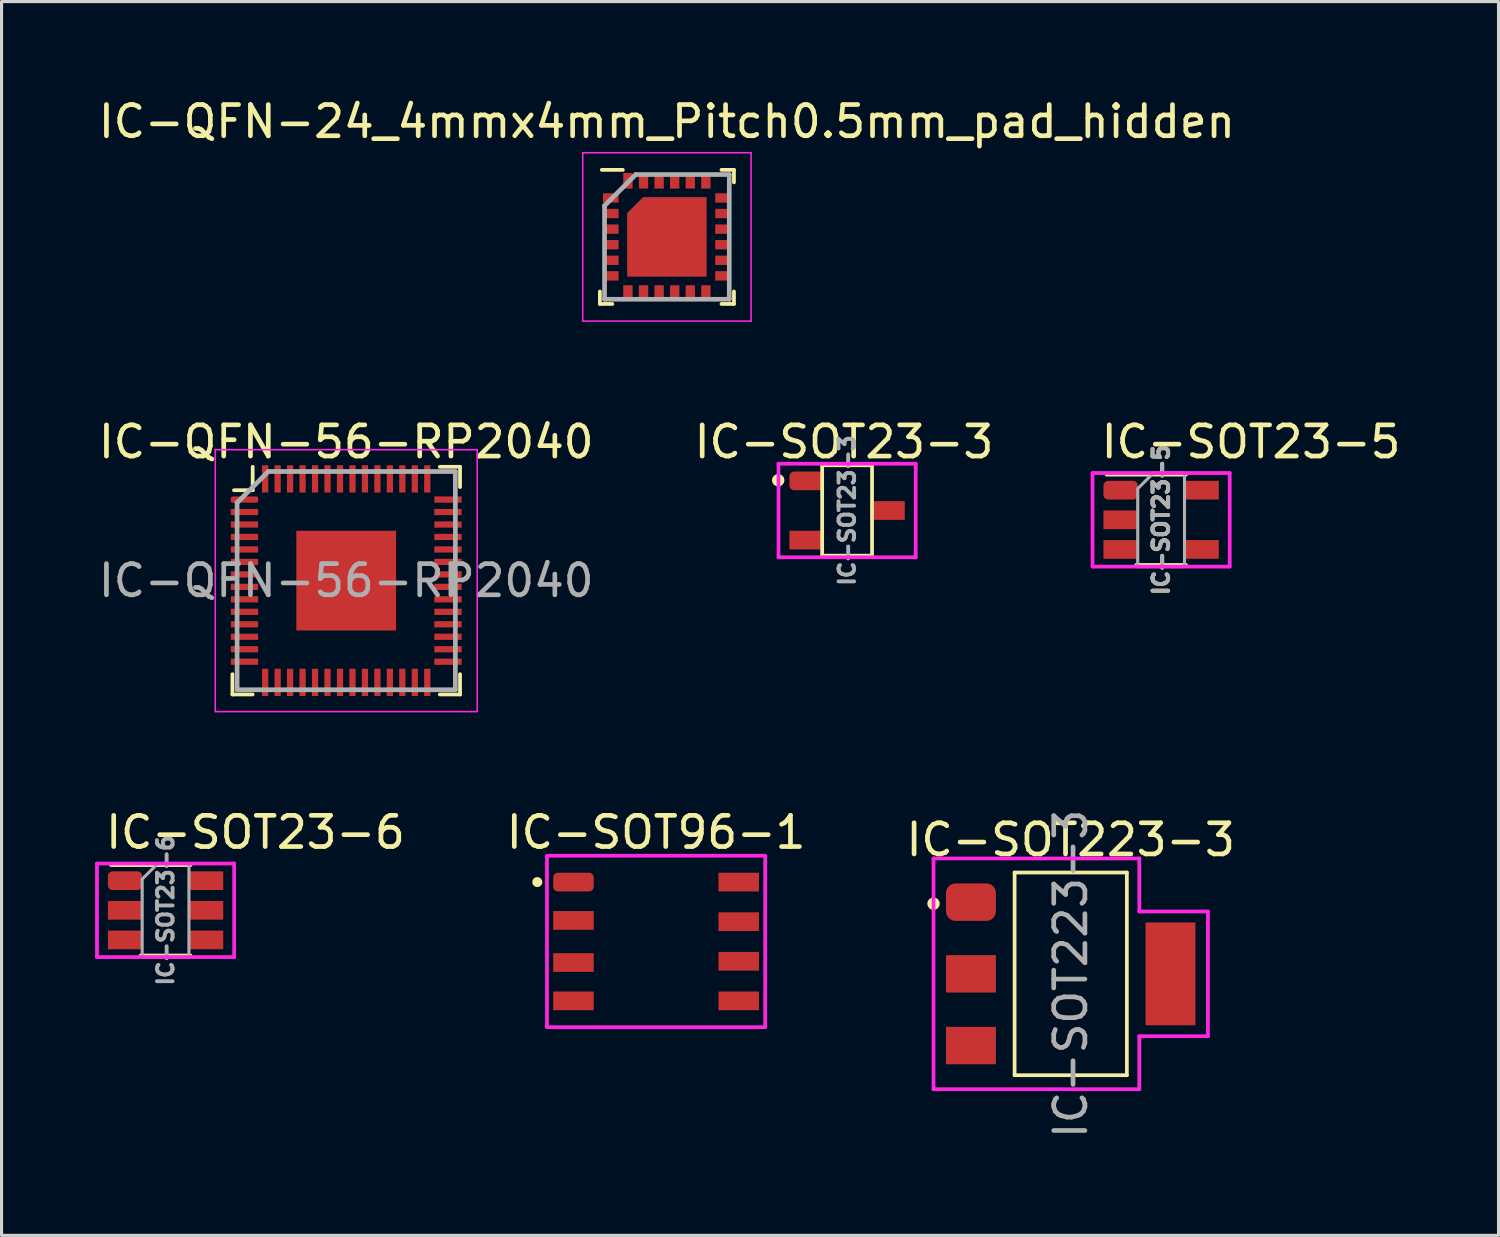
<source format=kicad_pcb>
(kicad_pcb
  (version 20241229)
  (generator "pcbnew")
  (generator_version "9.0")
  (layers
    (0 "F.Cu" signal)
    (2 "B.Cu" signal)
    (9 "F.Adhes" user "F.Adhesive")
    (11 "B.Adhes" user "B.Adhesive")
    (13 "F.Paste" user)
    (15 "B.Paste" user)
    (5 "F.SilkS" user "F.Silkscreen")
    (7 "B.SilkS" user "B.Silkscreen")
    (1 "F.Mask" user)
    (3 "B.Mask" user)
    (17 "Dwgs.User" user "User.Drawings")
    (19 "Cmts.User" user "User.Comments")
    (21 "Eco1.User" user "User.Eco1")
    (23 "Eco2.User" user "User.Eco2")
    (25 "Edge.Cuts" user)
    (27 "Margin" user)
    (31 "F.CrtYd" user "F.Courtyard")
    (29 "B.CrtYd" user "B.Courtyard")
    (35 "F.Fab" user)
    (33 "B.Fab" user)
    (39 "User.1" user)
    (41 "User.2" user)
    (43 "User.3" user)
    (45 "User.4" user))
  (footprint "IC-SOT23-3"
    (layer "F.Cu")
    (at 24.018 13.322)
    (property "Reference" "IC-SOT23-3" (at 0 -2.2 180) (layer "F.SilkS") (effects (font (size 1 1) (thickness 0.15))))
    (attr smd)
    (fp_line (start -0.7 -1.45) (end 0.9 -1.45) (stroke (width 0.12) (type solid)) (layer "F.SilkS"))
    (fp_line (start -0.7 1.45) (end -0.7 -1.45) (stroke (width 0.12) (type solid)) (layer "F.SilkS"))
    (fp_line (start 0.9 -1.45) (end 0.9 1.45) (stroke (width 0.12) (type solid)) (layer "F.SilkS"))
    (fp_line (start 0.9 1.45) (end -0.7 1.45) (stroke (width 0.12) (type solid)) (layer "F.SilkS"))
    (fp_circle (center -2.11 -0.97) (end -2.11 -0.87) (stroke (width 0.2) (type solid)) (fill no) (layer "F.SilkS"))
    (fp_line (start -2.1 -1.5) (end 2.3 -1.5) (stroke (width 0.12) (type solid)) (layer "F.CrtYd"))
    (fp_line (start -2.1 1.5) (end -2.1 -1.5) (stroke (width 0.12) (type solid)) (layer "F.CrtYd"))
    (fp_line (start 2.3 -1.5) (end 2.3 1.5) (stroke (width 0.12) (type solid)) (layer "F.CrtYd"))
    (fp_line (start 2.3 1.5) (end -2.1 1.5) (stroke (width 0.12) (type solid)) (layer "F.CrtYd"))
    (fp_text user "${REFERENCE}" (at 0.1 0 270) (layer "F.Fab") (effects (font (size 0.5 0.5) (thickness 0.125))))
    (pad "1" smd roundrect (at -1.2 -0.95 180) (size 1.1 0.6) (layers "F.Cu" "F.Mask" "F.Paste") (roundrect_rratio 0.25))
    (pad "2" smd rect (at -1.2 0.95 180) (size 1.1 0.6) (layers "F.Cu" "F.Mask" "F.Paste"))
    (pad "3" smd rect (at 1.4 0 180) (size 1.1 0.6) (layers "F.Cu" "F.Mask" "F.Paste")))
  (footprint "IC-SOT223-3"
    (layer "F.Cu")
    (at 31.31 28.183)
    (property "Reference" "IC-SOT223-3" (at -0.02 -4.3 0) (layer "F.SilkS") (effects (font (size 1 1) (thickness 0.15))))
    (attr through_hole)
    (fp_line (start -1.82 -3.25) (end 1.78 -3.25) (stroke (width 0.12) (type solid)) (layer "F.SilkS"))
    (fp_line (start -1.82 3.25) (end -1.82 -3.25) (stroke (width 0.12) (type solid)) (layer "F.SilkS"))
    (fp_line (start 1.78 -3.25) (end 1.78 3.25) (stroke (width 0.12) (type solid)) (layer "F.SilkS"))
    (fp_line (start 1.78 3.25) (end -1.82 3.25) (stroke (width 0.12) (type solid)) (layer "F.SilkS"))
    (fp_circle (center -4.42 -2.25) (end -4.42 -2.15) (stroke (width 0.2) (type solid)) (fill no) (layer "F.SilkS"))
    (fp_line (start -4.42 -3.7) (end 2.18 -3.7) (stroke (width 0.12) (type solid)) (layer "F.CrtYd"))
    (fp_line (start -4.42 3.7) (end -4.42 -3.7) (stroke (width 0.12) (type solid)) (layer "F.CrtYd"))
    (fp_line (start 2.18 -3.7) (end 2.18 -2) (stroke (width 0.12) (type solid)) (layer "F.CrtYd"))
    (fp_line (start 2.18 -2) (end 4.38 -2) (stroke (width 0.12) (type solid)) (layer "F.CrtYd"))
    (fp_line (start 2.18 2) (end 2.18 3.7) (stroke (width 0.12) (type solid)) (layer "F.CrtYd"))
    (fp_line (start 2.18 3.7) (end -4.42 3.7) (stroke (width 0.12) (type solid)) (layer "F.CrtYd"))
    (fp_line (start 4.38 -2) (end 4.38 2) (stroke (width 0.12) (type solid)) (layer "F.CrtYd"))
    (fp_line (start 4.38 2) (end 2.18 2) (stroke (width 0.12) (type solid)) (layer "F.CrtYd"))
    (fp_text user "${REFERENCE}" (at -0.02 0 270) (layer "F.Fab") (effects (font (size 1 1) (thickness 0.15))))
    (pad "1" smd roundrect (at -3.22 -2.3 270) (size 1.2 1.6) (layers "F.Cu" "F.Mask" "F.Paste") (roundrect_rratio 0.25))
    (pad "2" smd rect (at -3.22 0 270) (size 1.2 1.6) (layers "F.Cu" "F.Mask" "F.Paste"))
    (pad "3" smd rect (at -3.22 2.3 270) (size 1.2 1.6) (layers "F.Cu" "F.Mask" "F.Paste"))
    (pad "4" smd rect (at 3.18 0 270) (size 3.3 1.6) (layers "F.Cu" "F.Mask" "F.Paste")))
  (footprint "IC-SOT23-6"
    (layer "F.Cu")
    (at 2.26 26.145)
    (property "Reference" "IC-SOT23-6" (at -2 -2.5 0) (layer "F.SilkS") (effects (font (size 1 1) (thickness 0.15)) (justify left)))
    (attr smd)
    (fp_line (start -1.75 -1.45) (end 0.8 -1.45) (stroke (width 0.12) (type solid)) (layer "F.SilkS"))
    (fp_line (start 0.8 1.45) (end -0.8 1.45) (stroke (width 0.12) (type solid)) (layer "F.SilkS"))
    (fp_line (start -2.2 -1.5) (end 2.2 -1.5) (stroke (width 0.12) (type solid)) (layer "F.CrtYd"))
    (fp_line (start -2.2 1.5) (end -2.2 -1.5) (stroke (width 0.12) (type solid)) (layer "F.CrtYd"))
    (fp_line (start 2.2 -1.5) (end 2.2 1.5) (stroke (width 0.12) (type solid)) (layer "F.CrtYd"))
    (fp_line (start 2.2 1.5) (end -2.2 1.5) (stroke (width 0.12) (type solid)) (layer "F.CrtYd"))
    (fp_poly (pts (xy 0.75 1.5) (xy -0.75 1.5) (xy -0.75 -1) (xy -0.25 -1.5) (xy 0.75 -1.5)) (stroke (width 0.1) (type solid)) (fill no) (layer "F.Fab"))
    (fp_text user "${REFERENCE}" (at 0 0 90) (layer "F.Fab") (effects (font (size 0.5 0.5) (thickness 0.125))))
    (pad "1" smd roundrect (at -1.3 -0.95) (size 1.1 0.6) (layers "F.Cu" "F.Mask" "F.Paste") (roundrect_rratio 0.25))
    (pad "2" smd rect (at -1.3 0) (size 1.1 0.6) (layers "F.Cu" "F.Mask" "F.Paste"))
    (pad "3" smd rect (at -1.3 0.95) (size 1.1 0.6) (layers "F.Cu" "F.Mask" "F.Paste"))
    (pad "4" smd rect (at 1.3 0.95) (size 1.1 0.6) (layers "F.Cu" "F.Mask" "F.Paste"))
    (pad "5" smd rect (at 1.3 0) (size 1.1 0.6) (layers "F.Cu" "F.Mask" "F.Paste"))
    (pad "6" smd rect (at 1.3 -0.95) (size 1.1 0.6) (layers "F.Cu" "F.Mask" "F.Paste")))
  (footprint "IC-SOT23-5"
    (layer "F.Cu")
    (at 34.189 13.621)
    (property "Reference" "IC-SOT23-5" (at -2 -2.5 0) (layer "F.SilkS") (effects (font (size 1 1) (thickness 0.15)) (justify left)))
    (attr smd)
    (fp_line (start -1.75 -1.45) (end 0.8 -1.45) (stroke (width 0.12) (type solid)) (layer "F.SilkS"))
    (fp_line (start 0.8 1.45) (end -0.8 1.45) (stroke (width 0.12) (type solid)) (layer "F.SilkS"))
    (fp_line (start -2.2 -1.5) (end 2.2 -1.5) (stroke (width 0.12) (type solid)) (layer "F.CrtYd"))
    (fp_line (start -2.2 1.5) (end -2.2 -1.5) (stroke (width 0.12) (type solid)) (layer "F.CrtYd"))
    (fp_line (start 2.2 -1.5) (end 2.2 1.5) (stroke (width 0.12) (type solid)) (layer "F.CrtYd"))
    (fp_line (start 2.2 1.5) (end -2.2 1.5) (stroke (width 0.12) (type solid)) (layer "F.CrtYd"))
    (fp_poly (pts (xy 0.75 1.5) (xy -0.75 1.5) (xy -0.75 -1) (xy -0.25 -1.5) (xy 0.75 -1.5)) (stroke (width 0.1) (type solid)) (fill no) (layer "F.Fab"))
    (fp_text user "${REFERENCE}" (at 0 0 90) (layer "F.SilkS") (effects (font (size 0.5 0.5) (thickness 0.125))))
    (fp_text user "${REFERENCE}" (at 0 0 90) (layer "F.Fab") (effects (font (size 0.5 0.5) (thickness 0.125))))
    (pad "1" smd roundrect (at -1.3 -0.95) (size 1.1 0.6) (layers "F.Cu" "F.Mask" "F.Paste") (roundrect_rratio 0.25))
    (pad "2" smd rect (at -1.3 0) (size 1.1 0.6) (layers "F.Cu" "F.Mask" "F.Paste"))
    (pad "3" smd rect (at -1.3 0.95) (size 1.1 0.6) (layers "F.Cu" "F.Mask" "F.Paste"))
    (pad "4" smd rect (at 1.3 0.95) (size 1.1 0.6) (layers "F.Cu" "F.Mask" "F.Paste"))
    (pad "5" smd rect (at 1.3 -0.95) (size 1.1 0.6) (layers "F.Cu" "F.Mask" "F.Paste")))
  (footprint "IC-QFN-24_4mmx4mm_Pitch0.5mm_pad_hidden"
    (layer "F.Cu")
    (at 18.339 4.548)
    (property "Reference" "IC-QFN-24_4mmx4mm_Pitch0.5mm_pad_hidden" (at 0 -3.7 0) (layer "F.SilkS") (effects (font (size 1 1) (thickness 0.15))))
    (attr through_hole)
    (fp_line (start -2.15 2.15) (end -2.15 1.75) (stroke (width 0.12) (type solid)) (layer "F.SilkS"))
    (fp_line (start -1.75 2.15) (end -2.15 2.15) (stroke (width 0.12) (type solid)) (layer "F.SilkS"))
    (fp_line (start -1.413 -2.15) (end -2.087 -2.15) (stroke (width 0.12) (type solid)) (layer "F.SilkS"))
    (fp_line (start 1.75 -2.15) (end 2.15 -2.15) (stroke (width 0.12) (type solid)) (layer "F.SilkS"))
    (fp_line (start 1.75 2.15) (end 2.15 2.15) (stroke (width 0.12) (type solid)) (layer "F.SilkS"))
    (fp_line (start 2.15 -2.15) (end 2.15 -1.75) (stroke (width 0.12) (type solid)) (layer "F.SilkS"))
    (fp_line (start 2.15 2.15) (end 2.15 1.75) (stroke (width 0.12) (type solid)) (layer "F.SilkS"))
    (fp_line (start -2.7 -2.7) (end 2.7 -2.7) (stroke (width 0.05) (type solid)) (layer "F.CrtYd"))
    (fp_line (start -2.7 2.7) (end -2.7 -2.7) (stroke (width 0.05) (type solid)) (layer "F.CrtYd"))
    (fp_line (start 2.7 -2.7) (end 2.7 2.7) (stroke (width 0.05) (type solid)) (layer "F.CrtYd"))
    (fp_line (start 2.7 2.7) (end -2.7 2.7) (stroke (width 0.05) (type solid)) (layer "F.CrtYd"))
    (fp_line (start -2 -1) (end -2 2) (stroke (width 0.15) (type solid)) (layer "F.Fab"))
    (fp_line (start -2 2) (end 2 2) (stroke (width 0.15) (type solid)) (layer "F.Fab"))
    (fp_line (start -1 -2) (end -2 -1) (stroke (width 0.15) (type solid)) (layer "F.Fab"))
    (fp_line (start 2 -2) (end -1 -2) (stroke (width 0.15) (type solid)) (layer "F.Fab"))
    (fp_line (start 2 2) (end 2 -2) (stroke (width 0.15) (type solid)) (layer "F.Fab"))
    (pad "1" smd rect (at -1.8 -1.25 90) (size 0.3 0.5) (layers "F.Cu" "F.Mask" "F.Paste"))
    (pad "2" smd rect (at -1.8 -0.75 90) (size 0.3 0.5) (layers "F.Cu" "F.Mask" "F.Paste"))
    (pad "3" smd rect (at -1.8 -0.25 90) (size 0.3 0.5) (layers "F.Cu" "F.Mask" "F.Paste"))
    (pad "4" smd rect (at -1.8 0.25 90) (size 0.3 0.5) (layers "F.Cu" "F.Mask" "F.Paste"))
    (pad "5" smd rect (at -1.8 0.75 90) (size 0.3 0.5) (layers "F.Cu" "F.Mask" "F.Paste"))
    (pad "6" smd rect (at -1.8 1.25 90) (size 0.3 0.5) (layers "F.Cu" "F.Mask" "F.Paste"))
    (pad "7" smd rect (at -1.25 1.8) (size 0.3 0.5) (layers "F.Cu" "F.Mask" "F.Paste"))
    (pad "8" smd rect (at -0.75 1.8) (size 0.3 0.5) (layers "F.Cu" "F.Mask" "F.Paste"))
    (pad "9" smd rect (at -0.25 1.8) (size 0.3 0.5) (layers "F.Cu" "F.Mask" "F.Paste"))
    (pad "10" smd rect (at 0.25 1.8) (size 0.3 0.5) (layers "F.Cu" "F.Mask" "F.Paste"))
    (pad "11" smd rect (at 0.75 1.8) (size 0.3 0.5) (layers "F.Cu" "F.Mask" "F.Paste"))
    (pad "12" smd rect (at 1.25 1.8) (size 0.3 0.5) (layers "F.Cu" "F.Mask" "F.Paste"))
    (pad "13" smd rect (at 1.8 1.25 90) (size 0.3 0.5) (layers "F.Cu" "F.Mask" "F.Paste"))
    (pad "14" smd rect (at 1.8 0.75 90) (size 0.3 0.5) (layers "F.Cu" "F.Mask" "F.Paste"))
    (pad "15" smd rect (at 1.8 0.25 90) (size 0.3 0.5) (layers "F.Cu" "F.Mask" "F.Paste"))
    (pad "16" smd rect (at 1.8 -0.25 90) (size 0.3 0.5) (layers "F.Cu" "F.Mask" "F.Paste"))
    (pad "17" smd rect (at 1.8 -0.75 90) (size 0.3 0.5) (layers "F.Cu" "F.Mask" "F.Paste"))
    (pad "18" smd rect (at 1.8 -1.25 90) (size 0.3 0.5) (layers "F.Cu" "F.Mask" "F.Paste"))
    (pad "19" smd rect (at 1.25 -1.8) (size 0.3 0.5) (layers "F.Cu" "F.Mask" "F.Paste"))
    (pad "20" smd rect (at 0.75 -1.8) (size 0.3 0.5) (layers "F.Cu" "F.Mask" "F.Paste"))
    (pad "21" smd rect (at 0.25 -1.8) (size 0.3 0.5) (layers "F.Cu" "F.Mask" "F.Paste"))
    (pad "22" smd rect (at -0.25 -1.8) (size 0.3 0.5) (layers "F.Cu" "F.Mask" "F.Paste"))
    (pad "23" smd rect (at -0.75 -1.8) (size 0.3 0.5) (layers "F.Cu" "F.Mask" "F.Paste"))
    (pad "24" smd rect (at -1.25 -1.8) (size 0.3 0.5) (layers "F.Cu" "F.Mask" "F.Paste"))
    (pad "PAD" smd roundrect (at 0 0) (size 2.55 2.55) (layers "F.Cu" "F.Mask" "F.Paste") (roundrect_rratio 0) (chamfer_ratio 0.2) (chamfer top_left)))
  (footprint "IC-QFN-56-RP2040"
    (layer "F.Cu")
    (at 8.054 15.572)
    (property "Reference" "IC-QFN-56-RP2040" (at 0 -4.45 0) (unlocked yes) (layer "F.SilkS") (effects (font (size 1 1) (thickness 0.15))))
    (attr smd)
    (fp_line (start -3.65 3.65) (end -3.65 3) (stroke (width 0.12) (type solid)) (layer "F.SilkS"))
    (fp_line (start -3 -3.65) (end -3 -2.9) (stroke (width 0.12) (type solid)) (layer "F.SilkS"))
    (fp_line (start -3 -2.9) (end -3.6 -2.9) (stroke (width 0.12) (type solid)) (layer "F.SilkS"))
    (fp_line (start -3 3.65) (end -3.65 3.65) (stroke (width 0.12) (type solid)) (layer "F.SilkS"))
    (fp_line (start 3 -3.65) (end 3.65 -3.65) (stroke (width 0.12) (type solid)) (layer "F.SilkS"))
    (fp_line (start 3 3.65) (end 3.65 3.65) (stroke (width 0.12) (type solid)) (layer "F.SilkS"))
    (fp_line (start 3.65 -3.65) (end 3.65 -3) (stroke (width 0.12) (type solid)) (layer "F.SilkS"))
    (fp_line (start 3.65 3.65) (end 3.65 3) (stroke (width 0.12) (type solid)) (layer "F.SilkS"))
    (fp_line (start -4.2 -4.2) (end 4.2 -4.2) (stroke (width 0.05) (type solid)) (layer "F.CrtYd"))
    (fp_line (start -4.2 4.2) (end -4.2 -4.2) (stroke (width 0.05) (type solid)) (layer "F.CrtYd"))
    (fp_line (start 4.2 -4.2) (end 4.2 4.2) (stroke (width 0.05) (type solid)) (layer "F.CrtYd"))
    (fp_line (start 4.2 4.2) (end -4.2 4.2) (stroke (width 0.05) (type solid)) (layer "F.CrtYd"))
    (fp_line (start -3.5 -2.5) (end -3.5 3.5) (stroke (width 0.15) (type solid)) (layer "F.Fab"))
    (fp_line (start -3.5 3.5) (end 3.5 3.5) (stroke (width 0.15) (type solid)) (layer "F.Fab"))
    (fp_line (start -2.5 -3.5) (end -3.5 -2.5) (stroke (width 0.15) (type solid)) (layer "F.Fab"))
    (fp_line (start 3.5 -3.5) (end -2.5 -3.5) (stroke (width 0.15) (type solid)) (layer "F.Fab"))
    (fp_line (start 3.5 3.5) (end 3.5 -3.5) (stroke (width 0.15) (type solid)) (layer "F.Fab"))
    (fp_text user "${REFERENCE}" (at 0 0 0) (unlocked yes) (layer "F.Fab") (effects (font (size 1 1) (thickness 0.15))))
    (pad "1" smd roundrect (at -3.263 -2.6 90) (size 0.2 0.875) (layers "F.Cu" "F.Mask" "F.Paste") (roundrect_rratio 0.25))
    (pad "2" smd rect (at -3.263 -2.2 90) (size 0.2 0.875) (layers "F.Cu" "F.Mask" "F.Paste"))
    (pad "3" smd rect (at -3.263 -1.8 90) (size 0.2 0.875) (layers "F.Cu" "F.Mask" "F.Paste"))
    (pad "4" smd rect (at -3.263 -1.4 90) (size 0.2 0.875) (layers "F.Cu" "F.Mask" "F.Paste"))
    (pad "5" smd rect (at -3.263 -1 90) (size 0.2 0.875) (layers "F.Cu" "F.Mask" "F.Paste"))
    (pad "6" smd rect (at -3.263 -0.6 90) (size 0.2 0.875) (layers "F.Cu" "F.Mask" "F.Paste"))
    (pad "7" smd rect (at -3.263 -0.2 90) (size 0.2 0.875) (layers "F.Cu" "F.Mask" "F.Paste"))
    (pad "8" smd rect (at -3.263 0.2 90) (size 0.2 0.875) (layers "F.Cu" "F.Mask" "F.Paste"))
    (pad "9" smd rect (at -3.263 0.6 90) (size 0.2 0.875) (layers "F.Cu" "F.Mask" "F.Paste"))
    (pad "10" smd rect (at -3.263 1 90) (size 0.2 0.875) (layers "F.Cu" "F.Mask" "F.Paste"))
    (pad "11" smd rect (at -3.263 1.4 90) (size 0.2 0.875) (layers "F.Cu" "F.Mask" "F.Paste"))
    (pad "12" smd rect (at -3.263 1.8 90) (size 0.2 0.875) (layers "F.Cu" "F.Mask" "F.Paste"))
    (pad "13" smd rect (at -3.263 2.2 90) (size 0.2 0.875) (layers "F.Cu" "F.Mask" "F.Paste"))
    (pad "14" smd rect (at -3.263 2.6 90) (size 0.2 0.875) (layers "F.Cu" "F.Mask" "F.Paste"))
    (pad "15" smd rect (at -2.6 3.263) (size 0.2 0.875) (layers "F.Cu" "F.Mask" "F.Paste"))
    (pad "16" smd rect (at -2.2 3.263) (size 0.2 0.875) (layers "F.Cu" "F.Mask" "F.Paste"))
    (pad "17" smd rect (at -1.8 3.263) (size 0.2 0.875) (layers "F.Cu" "F.Mask" "F.Paste"))
    (pad "18" smd rect (at -1.4 3.263) (size 0.2 0.875) (layers "F.Cu" "F.Mask" "F.Paste"))
    (pad "19" smd rect (at -1 3.263) (size 0.2 0.875) (layers "F.Cu" "F.Mask" "F.Paste"))
    (pad "20" smd rect (at -0.6 3.263) (size 0.2 0.875) (layers "F.Cu" "F.Mask" "F.Paste"))
    (pad "21" smd rect (at -0.2 3.263) (size 0.2 0.875) (layers "F.Cu" "F.Mask" "F.Paste"))
    (pad "22" smd rect (at 0.2 3.263) (size 0.2 0.875) (layers "F.Cu" "F.Mask" "F.Paste"))
    (pad "23" smd rect (at 0.6 3.263) (size 0.2 0.875) (layers "F.Cu" "F.Mask" "F.Paste"))
    (pad "24" smd rect (at 1 3.263) (size 0.2 0.875) (layers "F.Cu" "F.Mask" "F.Paste"))
    (pad "25" smd rect (at 1.4 3.263) (size 0.2 0.875) (layers "F.Cu" "F.Mask" "F.Paste"))
    (pad "26" smd rect (at 1.8 3.263) (size 0.2 0.875) (layers "F.Cu" "F.Mask" "F.Paste"))
    (pad "27" smd rect (at 2.2 3.263) (size 0.2 0.875) (layers "F.Cu" "F.Mask" "F.Paste"))
    (pad "28" smd rect (at 2.6 3.263) (size 0.2 0.875) (layers "F.Cu" "F.Mask" "F.Paste"))
    (pad "29" smd rect (at 3.263 2.6 90) (size 0.2 0.875) (layers "F.Cu" "F.Mask" "F.Paste"))
    (pad "30" smd rect (at 3.263 2.2 90) (size 0.2 0.875) (layers "F.Cu" "F.Mask" "F.Paste"))
    (pad "31" smd rect (at 3.263 1.8 90) (size 0.2 0.875) (layers "F.Cu" "F.Mask" "F.Paste"))
    (pad "32" smd rect (at 3.263 1.4 90) (size 0.2 0.875) (layers "F.Cu" "F.Mask" "F.Paste"))
    (pad "33" smd rect (at 3.263 1 90) (size 0.2 0.875) (layers "F.Cu" "F.Mask" "F.Paste"))
    (pad "34" smd rect (at 3.263 0.6 90) (size 0.2 0.875) (layers "F.Cu" "F.Mask" "F.Paste"))
    (pad "35" smd rect (at 3.263 0.2 90) (size 0.2 0.875) (layers "F.Cu" "F.Mask" "F.Paste"))
    (pad "36" smd rect (at 3.263 -0.2 90) (size 0.2 0.875) (layers "F.Cu" "F.Mask" "F.Paste"))
    (pad "37" smd rect (at 3.263 -0.6 90) (size 0.2 0.875) (layers "F.Cu" "F.Mask" "F.Paste"))
    (pad "38" smd rect (at 3.263 -1 90) (size 0.2 0.875) (layers "F.Cu" "F.Mask" "F.Paste"))
    (pad "39" smd rect (at 3.263 -1.4 90) (size 0.2 0.875) (layers "F.Cu" "F.Mask" "F.Paste"))
    (pad "40" smd rect (at 3.263 -1.8 90) (size 0.2 0.875) (layers "F.Cu" "F.Mask" "F.Paste"))
    (pad "41" smd rect (at 3.263 -2.2 90) (size 0.2 0.875) (layers "F.Cu" "F.Mask" "F.Paste"))
    (pad "42" smd rect (at 3.263 -2.6 90) (size 0.2 0.875) (layers "F.Cu" "F.Mask" "F.Paste"))
    (pad "43" smd rect (at 2.6 -3.263) (size 0.2 0.875) (layers "F.Cu" "F.Mask" "F.Paste"))
    (pad "44" smd rect (at 2.2 -3.263) (size 0.2 0.875) (layers "F.Cu" "F.Mask" "F.Paste"))
    (pad "45" smd rect (at 1.8 -3.263) (size 0.2 0.875) (layers "F.Cu" "F.Mask" "F.Paste"))
    (pad "46" smd rect (at 1.4 -3.263) (size 0.2 0.875) (layers "F.Cu" "F.Mask" "F.Paste"))
    (pad "47" smd rect (at 1 -3.263) (size 0.2 0.875) (layers "F.Cu" "F.Mask" "F.Paste"))
    (pad "48" smd rect (at 0.6 -3.263) (size 0.2 0.875) (layers "F.Cu" "F.Mask" "F.Paste"))
    (pad "49" smd rect (at 0.2 -3.263) (size 0.2 0.875) (layers "F.Cu" "F.Mask" "F.Paste"))
    (pad "50" smd rect (at -0.2 -3.263) (size 0.2 0.875) (layers "F.Cu" "F.Mask" "F.Paste"))
    (pad "51" smd rect (at -0.6 -3.263) (size 0.2 0.875) (layers "F.Cu" "F.Mask" "F.Paste"))
    (pad "52" smd rect (at -1 -3.263) (size 0.2 0.875) (layers "F.Cu" "F.Mask" "F.Paste"))
    (pad "53" smd rect (at -1.4 -3.263) (size 0.2 0.875) (layers "F.Cu" "F.Mask" "F.Paste"))
    (pad "54" smd rect (at -1.8 -3.263) (size 0.2 0.875) (layers "F.Cu" "F.Mask" "F.Paste"))
    (pad "55" smd rect (at -2.2 -3.263) (size 0.2 0.875) (layers "F.Cu" "F.Mask" "F.Paste"))
    (pad "56" smd rect (at -2.6 -3.263) (size 0.2 0.875) (layers "F.Cu" "F.Mask" "F.Paste"))
    (pad "57" smd rect (at 0 0) (size 3.2 3.2) (layers "F.Cu" "F.Mask" "F.Paste")))
  (footprint "IC-SOT96-1"
    (layer "F.Cu")
    (at 17.992 27.145)
    (property "Reference" "IC-SOT96-1" (at 0 -3.5 0) (unlocked yes) (layer "F.SilkS") (effects (font (size 1 1) (thickness 0.15))))
    (attr smd)
    (fp_circle (center -3.81 -1.905) (end -3.71 -1.905) (stroke (width 0.12) (type solid)) (fill yes) (layer "F.SilkS"))
    (fp_rect (start -3.5 -2.75) (end 3.5 2.75) (stroke (width 0.12) (type solid)) (fill no) (layer "F.CrtYd"))
    (pad "1" smd roundrect (at -2.65 -1.905) (size 1.3 0.6) (layers "F.Cu" "F.Mask" "F.Paste") (roundrect_rratio 0.25))
    (pad "2" smd rect (at -2.65 -0.675) (size 1.3 0.6) (layers "F.Cu" "F.Mask" "F.Paste"))
    (pad "3" smd rect (at -2.65 0.675) (size 1.3 0.6) (layers "F.Cu" "F.Mask" "F.Paste"))
    (pad "4" smd rect (at -2.65 1.905) (size 1.3 0.6) (layers "F.Cu" "F.Mask" "F.Paste"))
    (pad "5" smd rect (at 2.65 1.905) (size 1.3 0.6) (layers "F.Cu" "F.Mask" "F.Paste"))
    (pad "6" smd rect (at 2.65 0.635) (size 1.3 0.6) (layers "F.Cu" "F.Mask" "F.Paste"))
    (pad "7" smd rect (at 2.65 -0.635) (size 1.3 0.6) (layers "F.Cu" "F.Mask" "F.Paste"))
    (pad "8" smd rect (at 2.65 -1.905) (size 1.3 0.6) (layers "F.Cu" "F.Mask" "F.Paste")))
  (gr_rect
    (start -3 -3)
    (end 45.01 36.57)
    (stroke (width 0.1) (type default))
    (fill no)
    (layer "Edge.Cuts")))
</source>
